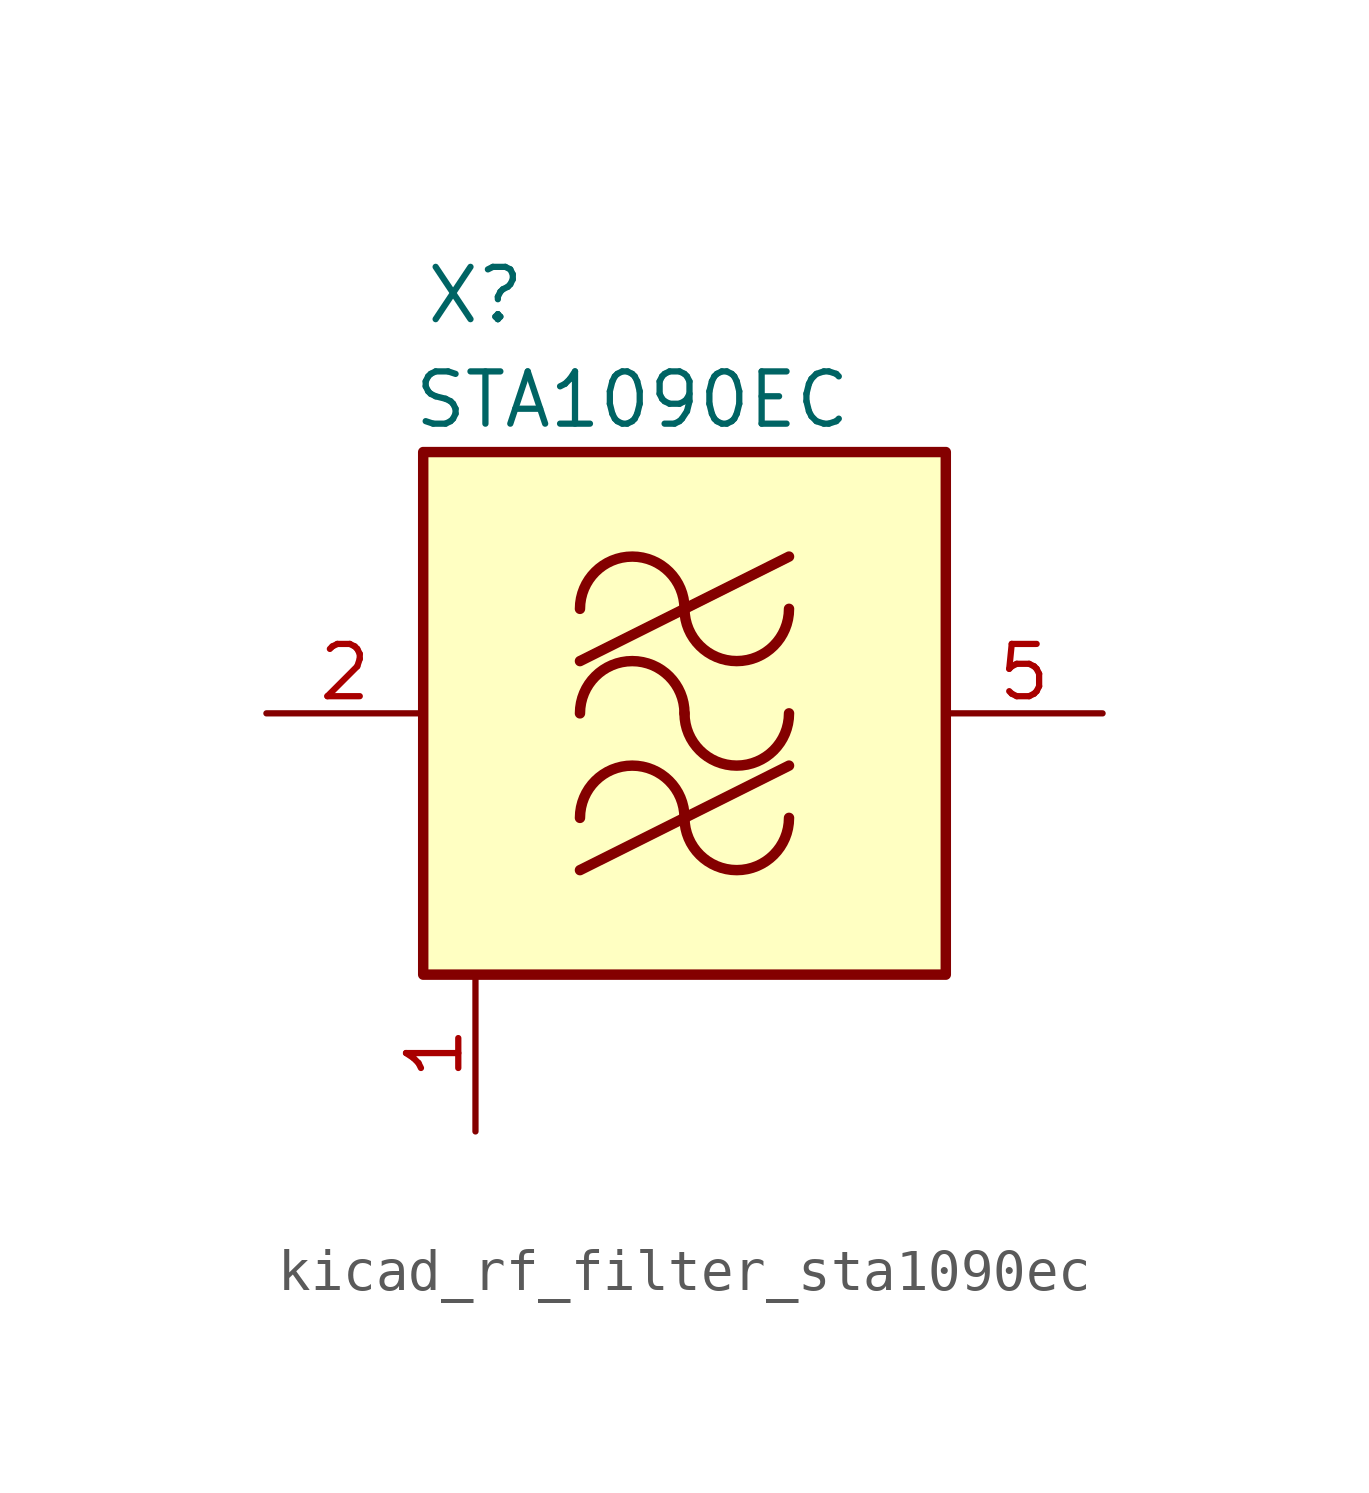
<source format=kicad_sym>
(kicad_symbol_lib
  (version 20220914)
  (generator kicad_symbol_editor)
  (symbol "kicad_rf_filter_sta1090ec"
    (pin_names hide)
    (property "Reference" "X"
      (at -5.08 10.16 0)
      (effects (font (size 1.27 1.27))))
    (property "Value" "STA1090EC"
      (at -1.27 7.62 0)
      (effects (font (size 1.27 1.27))))
    (symbol "kicad_rf_filter_sta1090ec_1_1"
      (rectangle (start -6.35 6.35) (end 6.35 -6.35) (stroke (width 0.254) (type default)) (fill (type background)))
      (arc (start 0 -2.54) (mid -1.27 -1.2755) (end -2.54 -2.54) (stroke (width 0.254) (type default)) (fill (type none)))
      (arc (start 0 -2.54) (mid 1.27 -3.8045) (end 2.54 -2.54) (stroke (width 0.254) (type default)) (fill (type none)))
      (arc (start 0 0) (mid -1.27 1.2645) (end -2.54 0) (stroke (width 0.254) (type default)) (fill (type none)))
      (polyline (pts (xy -2.54 -3.81) (xy 2.54 -1.27)) (stroke (width 0.254) (type default)) (fill (type none)))
      (polyline (pts (xy -2.54 1.27) (xy 2.54 3.81)) (stroke (width 0.254) (type default)) (fill (type none)))
      (arc (start 0 0) (mid 1.27 -1.2645) (end 2.54 0) (stroke (width 0.254) (type default)) (fill (type none)))
      (arc (start 0 2.54) (mid -1.27 3.8045) (end -2.54 2.54) (stroke (width 0.254) (type default)) (fill (type none)))
      (arc (start 0 2.54) (mid 1.27 1.2755) (end 2.54 2.54) (stroke (width 0.254) (type default)) (fill (type none)))
      (pin power_in line (at -5.08 -10.16 90) (length 3.81) (name "GND" (effects (font (size 1.27 1.27)))) (number "1" (effects (font (size 1.27 1.27)))))
      (pin input line (at -10.16 0 0) (length 3.81) (name "IN" (effects (font (size 1.27 1.27)))) (number "2" (effects (font (size 1.27 1.27)))))
      (pin passive line (at -5.08 -10.16 90) (length 3.81) hide (name "GND" (effects (font (size 1.27 1.27)))) (number "3" (effects (font (size 1.27 1.27)))))
      (pin passive line (at -5.08 -10.16 90) (length 3.81) hide (name "GND" (effects (font (size 1.27 1.27)))) (number "4" (effects (font (size 1.27 1.27)))))
      (pin output line (at 10.16 0 180) (length 3.81) (name "OUT" (effects (font (size 1.27 1.27)))) (number "5" (effects (font (size 1.27 1.27)))))
      (pin passive line (at -5.08 -10.16 90) (length 3.81) hide (name "GND" (effects (font (size 1.27 1.27)))) (number "6" (effects (font (size 1.27 1.27))))))))
</source>
